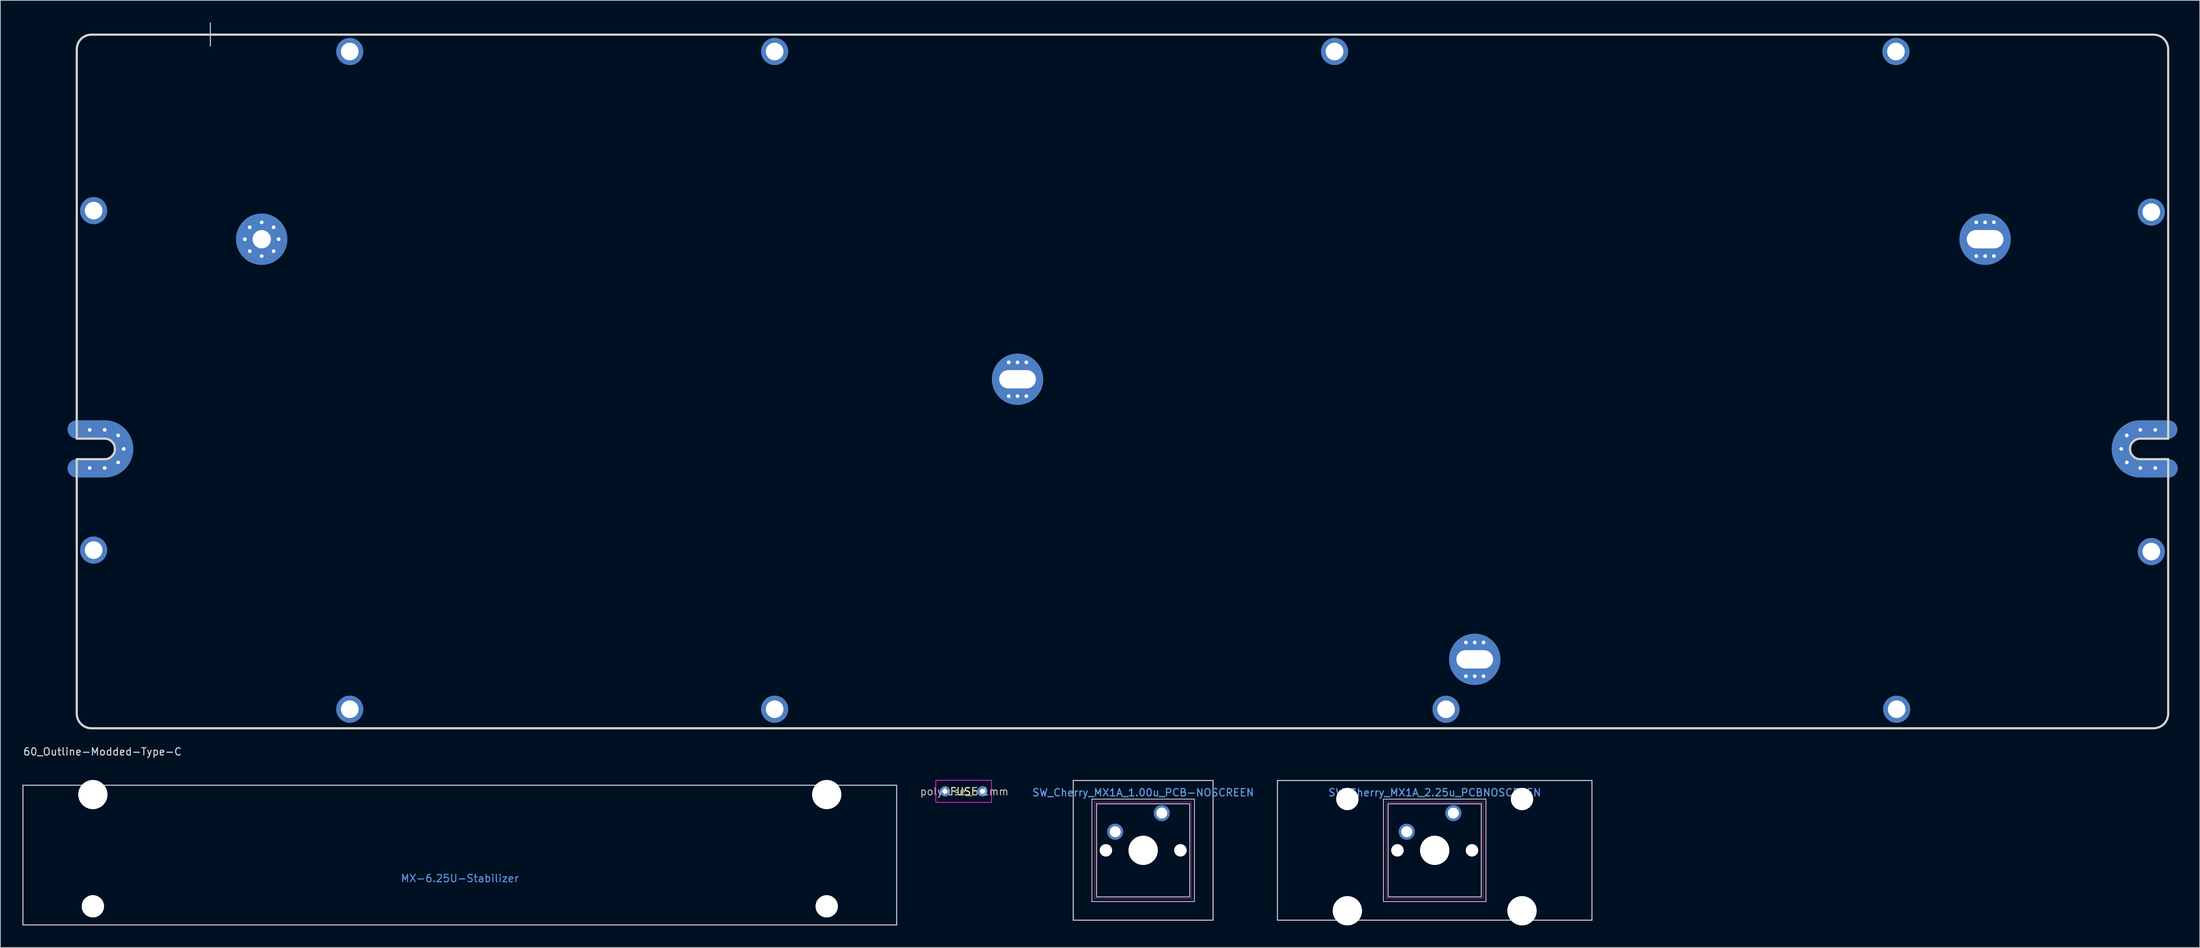
<source format=kicad_pcb>
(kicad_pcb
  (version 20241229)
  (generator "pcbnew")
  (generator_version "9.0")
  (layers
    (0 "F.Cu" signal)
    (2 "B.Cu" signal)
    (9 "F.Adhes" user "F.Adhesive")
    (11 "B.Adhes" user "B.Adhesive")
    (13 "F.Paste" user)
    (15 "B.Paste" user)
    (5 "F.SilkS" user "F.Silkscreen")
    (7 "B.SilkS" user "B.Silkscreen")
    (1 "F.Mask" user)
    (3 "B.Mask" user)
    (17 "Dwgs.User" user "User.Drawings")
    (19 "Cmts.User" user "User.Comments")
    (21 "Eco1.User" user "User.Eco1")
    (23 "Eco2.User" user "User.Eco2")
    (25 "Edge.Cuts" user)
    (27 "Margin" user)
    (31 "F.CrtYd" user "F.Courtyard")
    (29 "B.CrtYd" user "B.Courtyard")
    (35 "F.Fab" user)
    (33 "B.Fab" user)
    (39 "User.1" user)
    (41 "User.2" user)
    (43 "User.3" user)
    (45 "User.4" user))
  (footprint "MX-6.25U-Stabilizer"
    (layer "F.Cu")
    (at 59.606 113.572)
    (property "Reference" "MX-6.25U-Stabilizer" (at 0 3.175 0) (layer "Cmts.User") (effects (font (size 1 1) (thickness 0.15))))
    (attr through_hole)
    (fp_line (start -59.531 -9.525) (end 59.531 -9.525) (stroke (width 0.15) (type solid)) (layer "Dwgs.User"))
    (fp_line (start -59.531 9.525) (end -59.531 -9.525) (stroke (width 0.15) (type solid)) (layer "Dwgs.User"))
    (fp_line (start -59.531 9.525) (end 59.531 9.525) (stroke (width 0.15) (type solid)) (layer "Dwgs.User"))
    (fp_line (start 59.531 -9.525) (end 59.531 9.525) (stroke (width 0.15) (type solid)) (layer "Dwgs.User"))
    (pad "" np_thru_hole circle (at -50 -8.255) (size 3.988 3.988) (drill 3.988) (layers "*.Cu" "*.Mask"))
    (pad "" np_thru_hole circle (at -50 6.985) (size 3.048 3.048) (drill 3.048) (layers "*.Cu" "*.Mask"))
    (pad "" np_thru_hole circle (at 50 -8.255) (size 3.988 3.988) (drill 3.988) (layers "*.Cu" "*.Mask"))
    (pad "" np_thru_hole circle (at 50 6.985) (size 3.048 3.048) (drill 3.048) (layers "*.Cu" "*.Mask")))
  (footprint "60_Outline-Modded-Type-C"
    (layer "F.Cu")
    (at 149.911 48.975)
    (property "Reference" "60_Outline-Modded-Type-C" (at -139 50.5 0) (layer "Edge.Cuts") (effects (font (size 1 1) (thickness 0.15))))
    (attr through_hole)
    (fp_line (start -142.5 6.549) (end -138.7 6.549) (stroke (width 2.502) (type solid)) (layer "F.Cu"))
    (fp_line (start -142.5 11.851) (end -138.7 11.851) (stroke (width 2.502) (type solid)) (layer "F.Cu"))
    (fp_line (start 138.7 6.549) (end 142.5 6.549) (stroke (width 2.502) (type solid)) (layer "F.Cu"))
    (fp_line (start 138.7 11.851) (end 142.55 11.851) (stroke (width 2.502) (type solid)) (layer "F.Cu"))
    (fp_arc (start -138.7 6.54905) (mid -136.825495 7.325495) (end -136.04905 9.2) (stroke (width 2.5019) (type solid)) (layer "F.Cu"))
    (fp_arc (start -136.04905 9.2) (mid -136.825495 11.074505) (end -138.7 11.85095) (stroke (width 2.5019) (type solid)) (layer "F.Cu"))
    (fp_arc (start 136.04905 9.2) (mid 136.825495 7.325495) (end 138.7 6.54905) (stroke (width 2.5019) (type solid)) (layer "F.Cu"))
    (fp_arc (start 138.7 11.85095) (mid 136.825495 11.074505) (end 136.04905 9.2) (stroke (width 2.5019) (type solid)) (layer "F.Cu"))
    (fp_line (start -142.5 6.549) (end -138.7 6.549) (stroke (width 2.502) (type solid)) (layer "F.Mask"))
    (fp_line (start -142.5 11.851) (end -138.7 11.851) (stroke (width 2.502) (type solid)) (layer "F.Mask"))
    (fp_line (start 138.7 6.549) (end 142.5 6.549) (stroke (width 2.502) (type solid)) (layer "F.Mask"))
    (fp_line (start 138.7 11.851) (end 142.55 11.851) (stroke (width 2.502) (type solid)) (layer "F.Mask"))
    (fp_arc (start -138.7 6.54905) (mid -136.825495 7.325495) (end -136.04905 9.2) (stroke (width 2.5019) (type solid)) (layer "F.Mask"))
    (fp_arc (start -136.04905 9.2) (mid -136.825495 11.074505) (end -138.7 11.85095) (stroke (width 2.5019) (type solid)) (layer "F.Mask"))
    (fp_arc (start 136.04905 9.2) (mid 136.825495 7.325495) (end 138.7 6.54905) (stroke (width 2.5019) (type solid)) (layer "F.Mask"))
    (fp_arc (start 138.7 11.85095) (mid 136.825495 11.074505) (end 136.04905 9.2) (stroke (width 2.5019) (type solid)) (layer "F.Mask"))
    (fp_line (start -142.5 6.549) (end -138.7 6.549) (stroke (width 2.502) (type solid)) (layer "B.Cu"))
    (fp_line (start -142.5 11.851) (end -138.7 11.851) (stroke (width 2.502) (type solid)) (layer "B.Cu"))
    (fp_line (start 138.7 6.549) (end 142.5 6.549) (stroke (width 2.502) (type solid)) (layer "B.Cu"))
    (fp_line (start 138.7 11.851) (end 142.55 11.851) (stroke (width 2.502) (type solid)) (layer "B.Cu"))
    (fp_arc (start -138.7 6.54905) (mid -136.825495 7.325495) (end -136.04905 9.2) (stroke (width 2.5019) (type solid)) (layer "B.Cu"))
    (fp_arc (start -136.04905 9.2) (mid -136.825495 11.074505) (end -138.7 11.85095) (stroke (width 2.5019) (type solid)) (layer "B.Cu"))
    (fp_arc (start 136.04905 9.2) (mid 136.825495 7.325495) (end 138.7 6.54905) (stroke (width 2.5019) (type solid)) (layer "B.Cu"))
    (fp_arc (start 138.7 11.85095) (mid 136.825495 11.074505) (end 136.04905 9.2) (stroke (width 2.5019) (type solid)) (layer "B.Cu"))
    (fp_line (start -142.5 6.549) (end -138.7 6.549) (stroke (width 2.502) (type solid)) (layer "B.Mask"))
    (fp_line (start -142.5 11.851) (end -138.7 11.851) (stroke (width 2.502) (type solid)) (layer "B.Mask"))
    (fp_line (start 138.7 6.549) (end 142.5 6.549) (stroke (width 2.502) (type solid)) (layer "B.Mask"))
    (fp_line (start 138.7 11.851) (end 142.55 11.851) (stroke (width 2.502) (type solid)) (layer "B.Mask"))
    (fp_arc (start -138.7 6.54905) (mid -136.825495 7.325495) (end -136.04905 9.2) (stroke (width 2.5019) (type solid)) (layer "B.Mask"))
    (fp_arc (start -136.04905 9.2) (mid -136.825495 11.074505) (end -138.7 11.85095) (stroke (width 2.5019) (type solid)) (layer "B.Mask"))
    (fp_arc (start 136.04905 9.2) (mid 136.825495 7.325495) (end 138.7 6.54905) (stroke (width 2.5019) (type solid)) (layer "B.Mask"))
    (fp_arc (start 138.7 11.85095) (mid 136.825495 11.074505) (end 136.04905 9.2) (stroke (width 2.5019) (type solid)) (layer "B.Mask"))
    (fp_line (start -124.3 -48.9) (end -124.3 -45.75) (stroke (width 0.15) (type solid)) (layer "Dwgs.User"))
    (fp_line (start -142.5 7.8) (end -142.5 -45.3) (stroke (width 0.3) (type solid)) (layer "Edge.Cuts"))
    (fp_line (start -142.5 10.6) (end -138.7 10.6) (stroke (width 0.3) (type solid)) (layer "Edge.Cuts"))
    (fp_line (start -142.5 45.3) (end -142.5 10.6) (stroke (width 0.3) (type solid)) (layer "Edge.Cuts"))
    (fp_line (start -140.5 -47.3) (end -118.3 -47.3) (stroke (width 0.3) (type solid)) (layer "Edge.Cuts"))
    (fp_line (start -140.5 47.3) (end 140.5 47.3) (stroke (width 0.3) (type solid)) (layer "Edge.Cuts"))
    (fp_line (start -138.7 7.8) (end -142.5 7.8) (stroke (width 0.3) (type solid)) (layer "Edge.Cuts"))
    (fp_line (start 138.7 7.8) (end 142.5 7.8) (stroke (width 0.3) (type solid)) (layer "Edge.Cuts"))
    (fp_line (start 138.7 10.6) (end 142.5 10.6) (stroke (width 0.3) (type solid)) (layer "Edge.Cuts"))
    (fp_line (start 140.5 -47.3) (end -118.3 -47.3) (stroke (width 0.3) (type solid)) (layer "Edge.Cuts"))
    (fp_line (start 142.5 7.8) (end 142.5 -45.3) (stroke (width 0.3) (type solid)) (layer "Edge.Cuts"))
    (fp_line (start 142.5 10.6) (end 142.5 45.3) (stroke (width 0.3) (type solid)) (layer "Edge.Cuts"))
    (fp_arc (start -142.5 -45.3) (mid -141.914214 -46.714214) (end -140.5 -47.3) (stroke (width 0.3) (type solid)) (layer "Edge.Cuts"))
    (fp_arc (start -140.5 47.3) (mid -141.914214 46.714214) (end -142.5 45.3) (stroke (width 0.3) (type solid)) (layer "Edge.Cuts"))
    (fp_arc (start -138.7 7.8) (mid -137.710051 8.210051) (end -137.3 9.2) (stroke (width 0.3) (type solid)) (layer "Edge.Cuts"))
    (fp_arc (start -137.3 9.2) (mid -137.710051 10.189949) (end -138.7 10.6) (stroke (width 0.3) (type solid)) (layer "Edge.Cuts"))
    (fp_arc (start 137.3 9.2) (mid 137.710051 8.210051) (end 138.7 7.8) (stroke (width 0.3) (type solid)) (layer "Edge.Cuts"))
    (fp_arc (start 138.7 10.6) (mid 137.710051 10.189949) (end 137.3 9.2) (stroke (width 0.3) (type solid)) (layer "Edge.Cuts"))
    (fp_arc (start 140.5 -47.3) (mid 141.914214 -46.714214) (end 142.5 -45.3) (stroke (width 0.3) (type solid)) (layer "Edge.Cuts"))
    (fp_arc (start 142.5 45.3) (mid 141.914214 46.714214) (end 140.5 47.3) (stroke (width 0.3) (type solid)) (layer "Edge.Cuts"))
    (pad "1" thru_hole circle (at -140.742 6.6) (size 1 1) (drill 0.5) (layers "*.Cu" "*.Mask"))
    (pad "1" thru_hole circle (at -140.742 11.8) (size 1 1) (drill 0.5) (layers "*.Cu" "*.Mask"))
    (pad "1" thru_hole circle (at -138.7 6.6) (size 1 1) (drill 0.5) (layers "*.Cu" "*.Mask"))
    (pad "1" thru_hole circle (at -138.7 11.8) (size 1 1) (drill 0.5) (layers "*.Cu" "*.Mask"))
    (pad "1" thru_hole circle (at -136.862 7.362) (size 1 1) (drill 0.5) (layers "*.Cu" "*.Mask"))
    (pad "1" thru_hole circle (at -136.862 11.038) (size 1 1) (drill 0.5) (layers "*.Cu" "*.Mask"))
    (pad "1" thru_hole circle (at -136.1 9.2) (size 1 1) (drill 0.5) (layers "*.Cu" "*.Mask"))
    (pad "1" thru_hole circle (at -119.6 -19.4) (size 1 1) (drill 0.5) (layers "*.Cu" "*.Mask"))
    (pad "1" thru_hole circle (at -118.926 -21.026) (size 1 1) (drill 0.5) (layers "*.Cu" "*.Mask"))
    (pad "1" thru_hole circle (at -118.926 -17.774) (size 1 1) (drill 0.5) (layers "*.Cu" "*.Mask"))
    (pad "1" thru_hole circle (at -117.3 -21.7) (size 1 1) (drill 0.5) (layers "*.Cu" "*.Mask"))
    (pad "1" thru_hole circle (at -117.3 -19.4) (size 7.001 7.001) (drill 2.499) (layers "*.Cu" "*.Mask"))
    (pad "1" thru_hole circle (at -117.3 -17.1) (size 1 1) (drill 0.5) (layers "*.Cu" "*.Mask"))
    (pad "1" thru_hole circle (at -115.674 -21.026) (size 1 1) (drill 0.5) (layers "*.Cu" "*.Mask"))
    (pad "1" thru_hole circle (at -115.674 -17.774) (size 1 1) (drill 0.5) (layers "*.Cu" "*.Mask"))
    (pad "1" thru_hole circle (at -115 -19.4) (size 1 1) (drill 0.5) (layers "*.Cu" "*.Mask"))
    (pad "1" thru_hole circle (at -15.5 -2.6) (size 1 1) (drill 0.5) (layers "*.Cu" "*.Mask"))
    (pad "1" thru_hole circle (at -15.5 2) (size 1 1) (drill 0.5) (layers "*.Cu" "*.Mask"))
    (pad "1" thru_hole circle (at -14.3 -2.6) (size 1 1) (drill 0.5) (layers "*.Cu" "*.Mask"))
    (pad "1" thru_hole circle (at -14.3 -0.3) (size 7 7) (drill oval 5.001 2.499) (layers "*.Cu" "*.Mask"))
    (pad "1" thru_hole circle (at -14.3 2) (size 1 1) (drill 0.5) (layers "*.Cu" "*.Mask"))
    (pad "1" thru_hole circle (at -13.1 -2.6) (size 1 1) (drill 0.5) (layers "*.Cu" "*.Mask"))
    (pad "1" thru_hole circle (at -13.1 2) (size 1 1) (drill 0.5) (layers "*.Cu" "*.Mask"))
    (pad "1" thru_hole circle (at 46.8 35.6) (size 1 1) (drill 0.5) (layers "*.Cu" "*.Mask"))
    (pad "1" thru_hole circle (at 46.8 40.2) (size 1 1) (drill 0.5) (layers "*.Cu" "*.Mask"))
    (pad "1" thru_hole circle (at 48 35.6) (size 1 1) (drill 0.5) (layers "*.Cu" "*.Mask"))
    (pad "1" thru_hole circle (at 48 37.9) (size 7 7) (drill oval 5.001 2.499) (layers "*.Cu" "*.Mask"))
    (pad "1" thru_hole circle (at 48 40.2) (size 1 1) (drill 0.5) (layers "*.Cu" "*.Mask"))
    (pad "1" thru_hole circle (at 49.2 35.6) (size 1 1) (drill 0.5) (layers "*.Cu" "*.Mask"))
    (pad "1" thru_hole circle (at 49.2 40.2) (size 1 1) (drill 0.5) (layers "*.Cu" "*.Mask"))
    (pad "1" thru_hole circle (at 116.35 -21.7) (size 1 1) (drill 0.5) (layers "*.Cu" "*.Mask"))
    (pad "1" thru_hole circle (at 116.35 -17.1) (size 1 1) (drill 0.5) (layers "*.Cu" "*.Mask"))
    (pad "1" thru_hole circle (at 117.55 -21.7) (size 1 1) (drill 0.5) (layers "*.Cu" "*.Mask"))
    (pad "1" thru_hole circle (at 117.55 -19.4) (size 7 7) (drill oval 5.001 2.499) (layers "*.Cu" "*.Mask"))
    (pad "1" thru_hole circle (at 117.55 -17.1) (size 1 1) (drill 0.5) (layers "*.Cu" "*.Mask"))
    (pad "1" thru_hole circle (at 118.75 -21.717) (size 1 1) (drill 0.5) (layers "*.Cu" "*.Mask"))
    (pad "1" thru_hole circle (at 118.75 -17.1) (size 1 1) (drill 0.5) (layers "*.Cu" "*.Mask"))
    (pad "1" thru_hole circle (at 136.1 9.2) (size 1 1) (drill 0.5) (layers "*.Cu" "*.Mask"))
    (pad "1" thru_hole circle (at 136.862 7.362) (size 1 1) (drill 0.5) (layers "*.Cu" "*.Mask"))
    (pad "1" thru_hole circle (at 136.862 11.038) (size 1 1) (drill 0.5) (layers "*.Cu" "*.Mask"))
    (pad "1" thru_hole circle (at 138.7 6.6) (size 1 1) (drill 0.5) (layers "*.Cu" "*.Mask"))
    (pad "1" thru_hole circle (at 138.7 11.8) (size 1 1) (drill 0.5) (layers "*.Cu" "*.Mask"))
    (pad "1" thru_hole circle (at 140.742 6.6) (size 1 1) (drill 0.5) (layers "*.Cu" "*.Mask"))
    (pad "1" thru_hole circle (at 140.742 11.8) (size 1 1) (drill 0.5) (layers "*.Cu" "*.Mask"))
    (pad "2" thru_hole circle (at -140.2 -23.3) (size 3.7 3.7) (drill 2.4) (layers "*.Cu" "*.Mask"))
    (pad "2" thru_hole circle (at -140.2 23) (size 3.7 3.7) (drill 2.4) (layers "*.Cu" "*.Mask"))
    (pad "2" thru_hole circle (at -105.3 -45) (size 3.7 3.7) (drill 2.4) (layers "*.Cu" "*.Mask"))
    (pad "2" thru_hole circle (at -105.3 44.7) (size 3.7 3.7) (drill 2.4) (layers "*.Cu" "*.Mask"))
    (pad "2" thru_hole circle (at -47.4 -45) (size 3.7 3.7) (drill 2.4) (layers "*.Cu" "*.Mask"))
    (pad "2" thru_hole circle (at -47.4 44.7) (size 3.7 3.7) (drill 2.4) (layers "*.Cu" "*.Mask"))
    (pad "2" thru_hole circle (at 28.9 -45) (size 3.7 3.7) (drill 2.4) (layers "*.Cu" "*.Mask"))
    (pad "2" thru_hole circle (at 44.092 44.708) (size 3.7 3.7) (drill 2.4) (layers "*.Cu" "*.Mask"))
    (pad "2" thru_hole circle (at 105.4 -45) (size 3.7 3.7) (drill 2.4) (layers "*.Cu" "*.Mask"))
    (pad "2" thru_hole circle (at 105.5 44.7) (size 3.7 3.7) (drill 2.4) (layers "*.Cu" "*.Mask"))
    (pad "2" thru_hole circle (at 140.2 -23.1) (size 3.7 3.7) (drill 2.4) (layers "*.Cu" "*.Mask"))
    (pad "2" thru_hole circle (at 140.2 23.2) (size 3.7 3.7) (drill 2.4) (layers "*.Cu" "*.Mask")))
  (footprint "polyfuse_5.1mm"
    (layer "F.Cu")
    (at 128.274 104.873)
    (property "Reference" "polyfuse_5.1mm" (at 0.087 0.035 0) (layer "F.Fab") (effects (font (size 1 1) (thickness 0.15))))
    (attr through_hole)
    (fp_line (start -3.8 -1.5) (end 3.8 -1.5) (stroke (width 0.1) (type solid)) (layer "F.CrtYd"))
    (fp_line (start -3.8 1.5) (end -3.8 -1.5) (stroke (width 0.1) (type solid)) (layer "F.CrtYd"))
    (fp_line (start 3.8 -1.5) (end 3.8 1.5) (stroke (width 0.1) (type solid)) (layer "F.CrtYd"))
    (fp_line (start 3.8 1.5) (end -3.8 1.5) (stroke (width 0.1) (type solid)) (layer "F.CrtYd"))
    (fp_text user "FUSE" (at 0.02 0.03 0) (layer "F.SilkS") (effects (font (size 1 1) (thickness 0.15))))
    (pad "1" thru_hole circle (at -2.55 0) (size 1.4 1.4) (drill 0.7) (layers "*.Cu" "*.Mask"))
    (pad "2" thru_hole circle (at 2.55 0) (size 1.4 1.4) (drill 0.7) (layers "*.Cu" "*.Mask")))
  (footprint "SW_Cherry_MX1A_1.00u_PCB-NOSCREEN"
    (layer "F.Cu")
    (at 155.27 107.843)
    (property "Reference" "SW_Cherry_MX1A_1.00u_PCB-NOSCREEN" (at -2.54 -2.794 0) (layer "Cmts.User") (effects (font (size 1 1) (thickness 0.15))))
    (attr through_hole)
    (fp_line (start -12.065 -4.445) (end 6.985 -4.445) (stroke (width 0.15) (type solid)) (layer "Dwgs.User"))
    (fp_line (start -12.065 14.605) (end -12.065 -4.445) (stroke (width 0.15) (type solid)) (layer "Dwgs.User"))
    (fp_line (start -9.525 -1.905) (end 4.445 -1.905) (stroke (width 0.12) (type solid)) (layer "Dwgs.User"))
    (fp_line (start -9.525 12.065) (end -9.525 -1.905) (stroke (width 0.12) (type solid)) (layer "Dwgs.User"))
    (fp_line (start 4.445 -1.905) (end 4.445 12.065) (stroke (width 0.12) (type solid)) (layer "Dwgs.User"))
    (fp_line (start 4.445 12.065) (end -9.525 12.065) (stroke (width 0.12) (type solid)) (layer "Dwgs.User"))
    (fp_line (start 6.985 -4.445) (end 6.985 14.605) (stroke (width 0.15) (type solid)) (layer "Dwgs.User"))
    (fp_line (start 6.985 14.605) (end -12.065 14.605) (stroke (width 0.15) (type solid)) (layer "Dwgs.User"))
    (fp_line (start -9.14 -1.52) (end 4.06 -1.52) (stroke (width 0.05) (type solid)) (layer "F.CrtYd"))
    (fp_line (start -9.14 11.68) (end -9.14 -1.52) (stroke (width 0.05) (type solid)) (layer "F.CrtYd"))
    (fp_line (start 4.06 -1.52) (end 4.06 11.68) (stroke (width 0.05) (type solid)) (layer "F.CrtYd"))
    (fp_line (start 4.06 11.68) (end -9.14 11.68) (stroke (width 0.05) (type solid)) (layer "F.CrtYd"))
    (fp_line (start -8.89 -1.27) (end 3.81 -1.27) (stroke (width 0.15) (type solid)) (layer "F.Fab"))
    (fp_line (start -8.89 11.43) (end -8.89 -1.27) (stroke (width 0.15) (type solid)) (layer "F.Fab"))
    (fp_line (start 3.81 -1.27) (end 3.81 11.43) (stroke (width 0.15) (type solid)) (layer "F.Fab"))
    (fp_line (start 3.81 11.43) (end -8.89 11.43) (stroke (width 0.15) (type solid)) (layer "F.Fab"))
    (fp_text user "${REFERENCE}" (at -2.54 -2.794 0) (layer "F.Fab") (effects (font (size 1 1) (thickness 0.15))))
    (pad "" np_thru_hole circle (at -7.62 5.08) (size 1.7 1.7) (drill 1.7) (layers "*.Cu" "*.Mask"))
    (pad "" np_thru_hole circle (at -2.54 5.08) (size 4 4) (drill 4) (layers "*.Cu" "*.Mask"))
    (pad "" np_thru_hole circle (at 2.54 5.08) (size 1.7 1.7) (drill 1.7) (layers "*.Cu" "*.Mask"))
    (pad "1" thru_hole circle (at 0 0) (size 2.2 2.2) (drill 1.5) (layers "*.Cu" "*.Mask"))
    (pad "2" thru_hole circle (at -6.35 2.54) (size 2.2 2.2) (drill 1.5) (layers "*.Cu" "*.Mask")))
  (footprint "SW_Cherry_MX1A_2.25u_PCBNOSCREEN"
    (layer "F.Cu")
    (at 194.997 107.843)
    (property "Reference" "SW_Cherry_MX1A_2.25u_PCBNOSCREEN" (at -2.54 -2.794 0) (layer "Cmts.User") (effects (font (size 1 1) (thickness 0.15))))
    (attr through_hole)
    (fp_line (start -23.971 -4.445) (end 18.891 -4.445) (stroke (width 0.15) (type solid)) (layer "Dwgs.User"))
    (fp_line (start -23.971 14.605) (end -23.971 -4.445) (stroke (width 0.15) (type solid)) (layer "Dwgs.User"))
    (fp_line (start -9.525 -1.905) (end 4.445 -1.905) (stroke (width 0.12) (type solid)) (layer "Dwgs.User"))
    (fp_line (start -9.525 12.065) (end -9.525 -1.905) (stroke (width 0.12) (type solid)) (layer "Dwgs.User"))
    (fp_line (start 4.445 -1.905) (end 4.445 12.065) (stroke (width 0.12) (type solid)) (layer "Dwgs.User"))
    (fp_line (start 4.445 12.065) (end -9.525 12.065) (stroke (width 0.12) (type solid)) (layer "Dwgs.User"))
    (fp_line (start 18.891 -4.445) (end 18.891 14.605) (stroke (width 0.15) (type solid)) (layer "Dwgs.User"))
    (fp_line (start 18.891 14.605) (end -23.971 14.605) (stroke (width 0.15) (type solid)) (layer "Dwgs.User"))
    (fp_line (start -9.14 -1.52) (end 4.06 -1.52) (stroke (width 0.05) (type solid)) (layer "F.CrtYd"))
    (fp_line (start -9.14 11.68) (end -9.14 -1.52) (stroke (width 0.05) (type solid)) (layer "F.CrtYd"))
    (fp_line (start 4.06 -1.52) (end 4.06 11.68) (stroke (width 0.05) (type solid)) (layer "F.CrtYd"))
    (fp_line (start 4.06 11.68) (end -9.14 11.68) (stroke (width 0.05) (type solid)) (layer "F.CrtYd"))
    (fp_line (start -8.89 -1.27) (end 3.81 -1.27) (stroke (width 0.15) (type solid)) (layer "F.Fab"))
    (fp_line (start -8.89 11.43) (end -8.89 -1.27) (stroke (width 0.15) (type solid)) (layer "F.Fab"))
    (fp_line (start 3.81 -1.27) (end 3.81 11.43) (stroke (width 0.15) (type solid)) (layer "F.Fab"))
    (fp_line (start 3.81 11.43) (end -8.89 11.43) (stroke (width 0.15) (type solid)) (layer "F.Fab"))
    (fp_text user "${REFERENCE}" (at -2.54 -2.794 0) (layer "F.Fab") (effects (font (size 1 1) (thickness 0.15))))
    (pad "" np_thru_hole circle (at -14.44 -1.92) (size 3.05 3.05) (drill 3.05) (layers "*.Cu" "*.Mask"))
    (pad "" np_thru_hole circle (at -14.44 13.32) (size 4 4) (drill 4) (layers "*.Cu" "*.Mask"))
    (pad "" np_thru_hole circle (at -7.62 5.08) (size 1.7 1.7) (drill 1.7) (layers "*.Cu" "*.Mask"))
    (pad "" np_thru_hole circle (at -2.54 5.08) (size 4 4) (drill 4) (layers "*.Cu" "*.Mask"))
    (pad "" np_thru_hole circle (at 2.54 5.08) (size 1.7 1.7) (drill 1.7) (layers "*.Cu" "*.Mask"))
    (pad "" np_thru_hole circle (at 9.36 -1.92) (size 3.05 3.05) (drill 3.05) (layers "*.Cu" "*.Mask"))
    (pad "" np_thru_hole circle (at 9.36 13.32) (size 4 4) (drill 4) (layers "*.Cu" "*.Mask"))
    (pad "1" thru_hole circle (at 0 0) (size 2.2 2.2) (drill 1.5) (layers "*.Cu" "*.Mask"))
    (pad "2" thru_hole circle (at -6.35 2.54) (size 2.2 2.2) (drill 1.5) (layers "*.Cu" "*.Mask")))
  (gr_rect
    (start -3 -3)
    (end 296.712 126.172)
    (stroke (width 0.1) (type default))
    (fill no)
    (layer "Edge.Cuts")))
</source>
